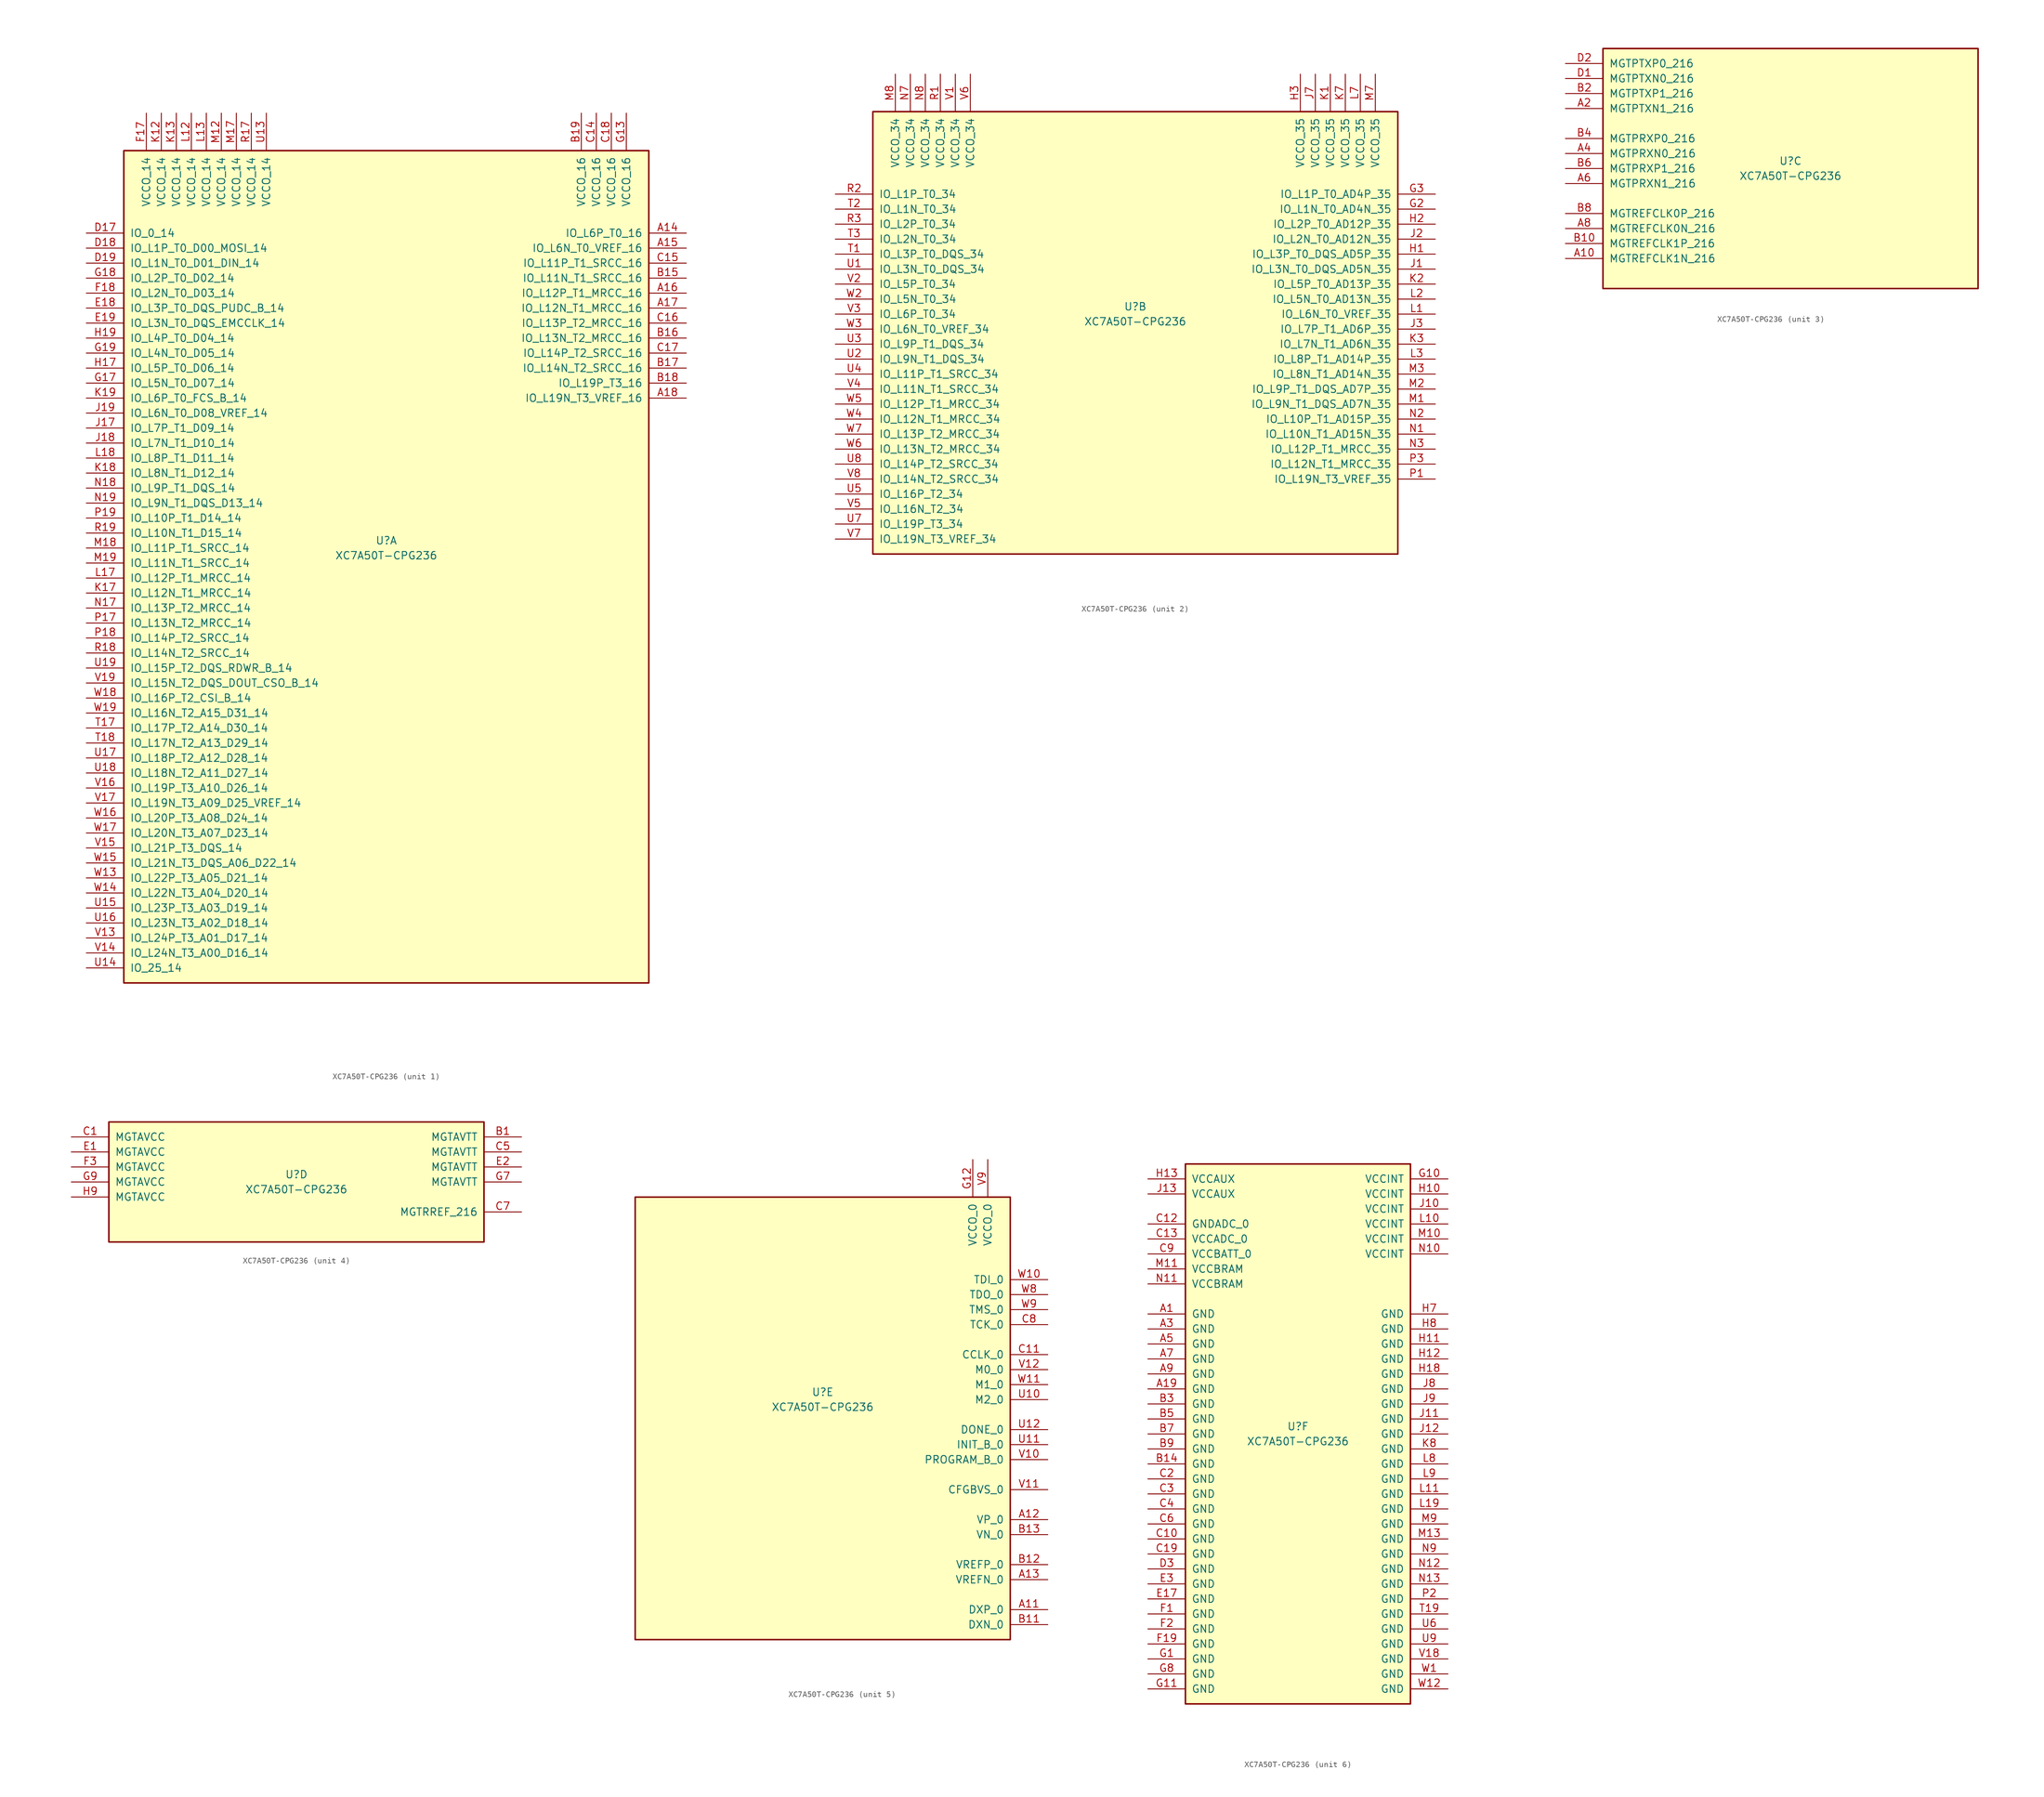
<source format=kicad_sym>
(kicad_symbol_lib
  (version 20241209)
  (generator "kicad_symbol_editor")
  (generator_version "9.0")
  (symbol "XC7A50T-CPG236"
    (pin_names
      (offset 1.016))
    (property "Reference" "U"
      (at 0 1.27 0)
      (effects (font (size 1.27 1.27))))
    (property "Value" "XC7A50T-CPG236"
      (at 0 -1.27 0)
      (effects (font (size 1.27 1.27))))
    (property "Datasheet" ""
      (at 0 0 0)
      (effects (font (size 1.27 1.27))))
    (property "ki_locked" ""
      (at 0 0 0)
      (effects (font (size 1.27 1.27))))
    (symbol "XC7A50T-CPG236_1_1"
      (rectangle (start -44.45 67.31) (end 44.45 -73.66) (stroke (width 0.254) (type default)) (fill (type background)))
      (pin bidirectional line (at -50.8 53.34 0) (length 6.35) (name "IO_0_14" (effects (font (size 1.27 1.27)))) (number "D17" (effects (font (size 1.27 1.27)))))
      (pin bidirectional line (at -50.8 50.8 0) (length 6.35) (name "IO_L1P_T0_D00_MOSI_14" (effects (font (size 1.27 1.27)))) (number "D18" (effects (font (size 1.27 1.27)))))
      (pin bidirectional line (at -50.8 48.26 0) (length 6.35) (name "IO_L1N_T0_D01_DIN_14" (effects (font (size 1.27 1.27)))) (number "D19" (effects (font (size 1.27 1.27)))))
      (pin bidirectional line (at -50.8 45.72 0) (length 6.35) (name "IO_L2P_T0_D02_14" (effects (font (size 1.27 1.27)))) (number "G18" (effects (font (size 1.27 1.27)))))
      (pin bidirectional line (at -50.8 43.18 0) (length 6.35) (name "IO_L2N_T0_D03_14" (effects (font (size 1.27 1.27)))) (number "F18" (effects (font (size 1.27 1.27)))))
      (pin bidirectional line (at -50.8 40.64 0) (length 6.35) (name "IO_L3P_T0_DQS_PUDC_B_14" (effects (font (size 1.27 1.27)))) (number "E18" (effects (font (size 1.27 1.27)))))
      (pin bidirectional line (at -50.8 38.1 0) (length 6.35) (name "IO_L3N_T0_DQS_EMCCLK_14" (effects (font (size 1.27 1.27)))) (number "E19" (effects (font (size 1.27 1.27)))))
      (pin bidirectional line (at -50.8 35.56 0) (length 6.35) (name "IO_L4P_T0_D04_14" (effects (font (size 1.27 1.27)))) (number "H19" (effects (font (size 1.27 1.27)))))
      (pin bidirectional line (at -50.8 33.02 0) (length 6.35) (name "IO_L4N_T0_D05_14" (effects (font (size 1.27 1.27)))) (number "G19" (effects (font (size 1.27 1.27)))))
      (pin bidirectional line (at -50.8 30.48 0) (length 6.35) (name "IO_L5P_T0_D06_14" (effects (font (size 1.27 1.27)))) (number "H17" (effects (font (size 1.27 1.27)))))
      (pin bidirectional line (at -50.8 27.94 0) (length 6.35) (name "IO_L5N_T0_D07_14" (effects (font (size 1.27 1.27)))) (number "G17" (effects (font (size 1.27 1.27)))))
      (pin bidirectional line (at -50.8 25.4 0) (length 6.35) (name "IO_L6P_T0_FCS_B_14" (effects (font (size 1.27 1.27)))) (number "K19" (effects (font (size 1.27 1.27)))))
      (pin bidirectional line (at -50.8 22.86 0) (length 6.35) (name "IO_L6N_T0_D08_VREF_14" (effects (font (size 1.27 1.27)))) (number "J19" (effects (font (size 1.27 1.27)))))
      (pin bidirectional line (at -50.8 20.32 0) (length 6.35) (name "IO_L7P_T1_D09_14" (effects (font (size 1.27 1.27)))) (number "J17" (effects (font (size 1.27 1.27)))))
      (pin bidirectional line (at -50.8 17.78 0) (length 6.35) (name "IO_L7N_T1_D10_14" (effects (font (size 1.27 1.27)))) (number "J18" (effects (font (size 1.27 1.27)))))
      (pin bidirectional line (at -50.8 15.24 0) (length 6.35) (name "IO_L8P_T1_D11_14" (effects (font (size 1.27 1.27)))) (number "L18" (effects (font (size 1.27 1.27)))))
      (pin bidirectional line (at -50.8 12.7 0) (length 6.35) (name "IO_L8N_T1_D12_14" (effects (font (size 1.27 1.27)))) (number "K18" (effects (font (size 1.27 1.27)))))
      (pin bidirectional line (at -50.8 10.16 0) (length 6.35) (name "IO_L9P_T1_DQS_14" (effects (font (size 1.27 1.27)))) (number "N18" (effects (font (size 1.27 1.27)))))
      (pin bidirectional line (at -50.8 7.62 0) (length 6.35) (name "IO_L9N_T1_DQS_D13_14" (effects (font (size 1.27 1.27)))) (number "N19" (effects (font (size 1.27 1.27)))))
      (pin bidirectional line (at -50.8 5.08 0) (length 6.35) (name "IO_L10P_T1_D14_14" (effects (font (size 1.27 1.27)))) (number "P19" (effects (font (size 1.27 1.27)))))
      (pin bidirectional line (at -50.8 2.54 0) (length 6.35) (name "IO_L10N_T1_D15_14" (effects (font (size 1.27 1.27)))) (number "R19" (effects (font (size 1.27 1.27)))))
      (pin bidirectional line (at -50.8 0 0) (length 6.35) (name "IO_L11P_T1_SRCC_14" (effects (font (size 1.27 1.27)))) (number "M18" (effects (font (size 1.27 1.27)))))
      (pin bidirectional line (at -50.8 -2.54 0) (length 6.35) (name "IO_L11N_T1_SRCC_14" (effects (font (size 1.27 1.27)))) (number "M19" (effects (font (size 1.27 1.27)))))
      (pin bidirectional line (at -50.8 -5.08 0) (length 6.35) (name "IO_L12P_T1_MRCC_14" (effects (font (size 1.27 1.27)))) (number "L17" (effects (font (size 1.27 1.27)))))
      (pin bidirectional line (at -50.8 -7.62 0) (length 6.35) (name "IO_L12N_T1_MRCC_14" (effects (font (size 1.27 1.27)))) (number "K17" (effects (font (size 1.27 1.27)))))
      (pin bidirectional line (at -50.8 -10.16 0) (length 6.35) (name "IO_L13P_T2_MRCC_14" (effects (font (size 1.27 1.27)))) (number "N17" (effects (font (size 1.27 1.27)))))
      (pin bidirectional line (at -50.8 -12.7 0) (length 6.35) (name "IO_L13N_T2_MRCC_14" (effects (font (size 1.27 1.27)))) (number "P17" (effects (font (size 1.27 1.27)))))
      (pin bidirectional line (at -50.8 -15.24 0) (length 6.35) (name "IO_L14P_T2_SRCC_14" (effects (font (size 1.27 1.27)))) (number "P18" (effects (font (size 1.27 1.27)))))
      (pin bidirectional line (at -50.8 -17.78 0) (length 6.35) (name "IO_L14N_T2_SRCC_14" (effects (font (size 1.27 1.27)))) (number "R18" (effects (font (size 1.27 1.27)))))
      (pin bidirectional line (at -50.8 -20.32 0) (length 6.35) (name "IO_L15P_T2_DQS_RDWR_B_14" (effects (font (size 1.27 1.27)))) (number "U19" (effects (font (size 1.27 1.27)))))
      (pin bidirectional line (at -50.8 -22.86 0) (length 6.35) (name "IO_L15N_T2_DQS_DOUT_CSO_B_14" (effects (font (size 1.27 1.27)))) (number "V19" (effects (font (size 1.27 1.27)))))
      (pin bidirectional line (at -50.8 -25.4 0) (length 6.35) (name "IO_L16P_T2_CSI_B_14" (effects (font (size 1.27 1.27)))) (number "W18" (effects (font (size 1.27 1.27)))))
      (pin bidirectional line (at -50.8 -27.94 0) (length 6.35) (name "IO_L16N_T2_A15_D31_14" (effects (font (size 1.27 1.27)))) (number "W19" (effects (font (size 1.27 1.27)))))
      (pin bidirectional line (at -50.8 -30.48 0) (length 6.35) (name "IO_L17P_T2_A14_D30_14" (effects (font (size 1.27 1.27)))) (number "T17" (effects (font (size 1.27 1.27)))))
      (pin bidirectional line (at -50.8 -33.02 0) (length 6.35) (name "IO_L17N_T2_A13_D29_14" (effects (font (size 1.27 1.27)))) (number "T18" (effects (font (size 1.27 1.27)))))
      (pin bidirectional line (at -50.8 -35.56 0) (length 6.35) (name "IO_L18P_T2_A12_D28_14" (effects (font (size 1.27 1.27)))) (number "U17" (effects (font (size 1.27 1.27)))))
      (pin bidirectional line (at -50.8 -38.1 0) (length 6.35) (name "IO_L18N_T2_A11_D27_14" (effects (font (size 1.27 1.27)))) (number "U18" (effects (font (size 1.27 1.27)))))
      (pin bidirectional line (at -50.8 -40.64 0) (length 6.35) (name "IO_L19P_T3_A10_D26_14" (effects (font (size 1.27 1.27)))) (number "V16" (effects (font (size 1.27 1.27)))))
      (pin bidirectional line (at -50.8 -43.18 0) (length 6.35) (name "IO_L19N_T3_A09_D25_VREF_14" (effects (font (size 1.27 1.27)))) (number "V17" (effects (font (size 1.27 1.27)))))
      (pin bidirectional line (at -50.8 -45.72 0) (length 6.35) (name "IO_L20P_T3_A08_D24_14" (effects (font (size 1.27 1.27)))) (number "W16" (effects (font (size 1.27 1.27)))))
      (pin bidirectional line (at -50.8 -48.26 0) (length 6.35) (name "IO_L20N_T3_A07_D23_14" (effects (font (size 1.27 1.27)))) (number "W17" (effects (font (size 1.27 1.27)))))
      (pin bidirectional line (at -50.8 -50.8 0) (length 6.35) (name "IO_L21P_T3_DQS_14" (effects (font (size 1.27 1.27)))) (number "V15" (effects (font (size 1.27 1.27)))))
      (pin bidirectional line (at -50.8 -53.34 0) (length 6.35) (name "IO_L21N_T3_DQS_A06_D22_14" (effects (font (size 1.27 1.27)))) (number "W15" (effects (font (size 1.27 1.27)))))
      (pin bidirectional line (at -50.8 -55.88 0) (length 6.35) (name "IO_L22P_T3_A05_D21_14" (effects (font (size 1.27 1.27)))) (number "W13" (effects (font (size 1.27 1.27)))))
      (pin bidirectional line (at -50.8 -58.42 0) (length 6.35) (name "IO_L22N_T3_A04_D20_14" (effects (font (size 1.27 1.27)))) (number "W14" (effects (font (size 1.27 1.27)))))
      (pin bidirectional line (at -50.8 -60.96 0) (length 6.35) (name "IO_L23P_T3_A03_D19_14" (effects (font (size 1.27 1.27)))) (number "U15" (effects (font (size 1.27 1.27)))))
      (pin bidirectional line (at -50.8 -63.5 0) (length 6.35) (name "IO_L23N_T3_A02_D18_14" (effects (font (size 1.27 1.27)))) (number "U16" (effects (font (size 1.27 1.27)))))
      (pin bidirectional line (at -50.8 -66.04 0) (length 6.35) (name "IO_L24P_T3_A01_D17_14" (effects (font (size 1.27 1.27)))) (number "V13" (effects (font (size 1.27 1.27)))))
      (pin bidirectional line (at -50.8 -68.58 0) (length 6.35) (name "IO_L24N_T3_A00_D16_14" (effects (font (size 1.27 1.27)))) (number "V14" (effects (font (size 1.27 1.27)))))
      (pin bidirectional line (at -50.8 -71.12 0) (length 6.35) (name "IO_25_14" (effects (font (size 1.27 1.27)))) (number "U14" (effects (font (size 1.27 1.27)))))
      (pin power_in line (at -40.64 73.66 270) (length 6.35) (name "VCCO_14" (effects (font (size 1.27 1.27)))) (number "F17" (effects (font (size 1.27 1.27)))))
      (pin power_in line (at -38.1 73.66 270) (length 6.35) (name "VCCO_14" (effects (font (size 1.27 1.27)))) (number "K12" (effects (font (size 1.27 1.27)))))
      (pin power_in line (at -35.56 73.66 270) (length 6.35) (name "VCCO_14" (effects (font (size 1.27 1.27)))) (number "K13" (effects (font (size 1.27 1.27)))))
      (pin power_in line (at -33.02 73.66 270) (length 6.35) (name "VCCO_14" (effects (font (size 1.27 1.27)))) (number "L12" (effects (font (size 1.27 1.27)))))
      (pin power_in line (at -30.48 73.66 270) (length 6.35) (name "VCCO_14" (effects (font (size 1.27 1.27)))) (number "L13" (effects (font (size 1.27 1.27)))))
      (pin power_in line (at -27.94 73.66 270) (length 6.35) (name "VCCO_14" (effects (font (size 1.27 1.27)))) (number "M12" (effects (font (size 1.27 1.27)))))
      (pin power_in line (at -25.4 73.66 270) (length 6.35) (name "VCCO_14" (effects (font (size 1.27 1.27)))) (number "M17" (effects (font (size 1.27 1.27)))))
      (pin power_in line (at -22.86 73.66 270) (length 6.35) (name "VCCO_14" (effects (font (size 1.27 1.27)))) (number "R17" (effects (font (size 1.27 1.27)))))
      (pin power_in line (at -20.32 73.66 270) (length 6.35) (name "VCCO_14" (effects (font (size 1.27 1.27)))) (number "U13" (effects (font (size 1.27 1.27)))))
      (pin power_in line (at 33.02 73.66 270) (length 6.35) (name "VCCO_16" (effects (font (size 1.27 1.27)))) (number "B19" (effects (font (size 1.27 1.27)))))
      (pin power_in line (at 35.56 73.66 270) (length 6.35) (name "VCCO_16" (effects (font (size 1.27 1.27)))) (number "C14" (effects (font (size 1.27 1.27)))))
      (pin power_in line (at 38.1 73.66 270) (length 6.35) (name "VCCO_16" (effects (font (size 1.27 1.27)))) (number "C18" (effects (font (size 1.27 1.27)))))
      (pin power_in line (at 40.64 73.66 270) (length 6.35) (name "VCCO_16" (effects (font (size 1.27 1.27)))) (number "G13" (effects (font (size 1.27 1.27)))))
      (pin bidirectional line (at 50.8 53.34 180) (length 6.35) (name "IO_L6P_T0_16" (effects (font (size 1.27 1.27)))) (number "A14" (effects (font (size 1.27 1.27)))))
      (pin bidirectional line (at 50.8 50.8 180) (length 6.35) (name "IO_L6N_T0_VREF_16" (effects (font (size 1.27 1.27)))) (number "A15" (effects (font (size 1.27 1.27)))))
      (pin bidirectional line (at 50.8 48.26 180) (length 6.35) (name "IO_L11P_T1_SRCC_16" (effects (font (size 1.27 1.27)))) (number "C15" (effects (font (size 1.27 1.27)))))
      (pin bidirectional line (at 50.8 45.72 180) (length 6.35) (name "IO_L11N_T1_SRCC_16" (effects (font (size 1.27 1.27)))) (number "B15" (effects (font (size 1.27 1.27)))))
      (pin bidirectional line (at 50.8 43.18 180) (length 6.35) (name "IO_L12P_T1_MRCC_16" (effects (font (size 1.27 1.27)))) (number "A16" (effects (font (size 1.27 1.27)))))
      (pin bidirectional line (at 50.8 40.64 180) (length 6.35) (name "IO_L12N_T1_MRCC_16" (effects (font (size 1.27 1.27)))) (number "A17" (effects (font (size 1.27 1.27)))))
      (pin bidirectional line (at 50.8 38.1 180) (length 6.35) (name "IO_L13P_T2_MRCC_16" (effects (font (size 1.27 1.27)))) (number "C16" (effects (font (size 1.27 1.27)))))
      (pin bidirectional line (at 50.8 35.56 180) (length 6.35) (name "IO_L13N_T2_MRCC_16" (effects (font (size 1.27 1.27)))) (number "B16" (effects (font (size 1.27 1.27)))))
      (pin bidirectional line (at 50.8 33.02 180) (length 6.35) (name "IO_L14P_T2_SRCC_16" (effects (font (size 1.27 1.27)))) (number "C17" (effects (font (size 1.27 1.27)))))
      (pin bidirectional line (at 50.8 30.48 180) (length 6.35) (name "IO_L14N_T2_SRCC_16" (effects (font (size 1.27 1.27)))) (number "B17" (effects (font (size 1.27 1.27)))))
      (pin bidirectional line (at 50.8 27.94 180) (length 6.35) (name "IO_L19P_T3_16" (effects (font (size 1.27 1.27)))) (number "B18" (effects (font (size 1.27 1.27)))))
      (pin bidirectional line (at 50.8 25.4 180) (length 6.35) (name "IO_L19N_T3_VREF_16" (effects (font (size 1.27 1.27)))) (number "A18" (effects (font (size 1.27 1.27))))))
    (symbol "XC7A50T-CPG236_2_1"
      (rectangle (start -44.45 34.29) (end 44.45 -40.64) (stroke (width 0.254) (type default)) (fill (type background)))
      (pin bidirectional line (at -50.8 20.32 0) (length 6.35) (name "IO_L1P_T0_34" (effects (font (size 1.27 1.27)))) (number "R2" (effects (font (size 1.27 1.27)))))
      (pin bidirectional line (at -50.8 17.78 0) (length 6.35) (name "IO_L1N_T0_34" (effects (font (size 1.27 1.27)))) (number "T2" (effects (font (size 1.27 1.27)))))
      (pin bidirectional line (at -50.8 15.24 0) (length 6.35) (name "IO_L2P_T0_34" (effects (font (size 1.27 1.27)))) (number "R3" (effects (font (size 1.27 1.27)))))
      (pin bidirectional line (at -50.8 12.7 0) (length 6.35) (name "IO_L2N_T0_34" (effects (font (size 1.27 1.27)))) (number "T3" (effects (font (size 1.27 1.27)))))
      (pin bidirectional line (at -50.8 10.16 0) (length 6.35) (name "IO_L3P_T0_DQS_34" (effects (font (size 1.27 1.27)))) (number "T1" (effects (font (size 1.27 1.27)))))
      (pin bidirectional line (at -50.8 7.62 0) (length 6.35) (name "IO_L3N_T0_DQS_34" (effects (font (size 1.27 1.27)))) (number "U1" (effects (font (size 1.27 1.27)))))
      (pin bidirectional line (at -50.8 5.08 0) (length 6.35) (name "IO_L5P_T0_34" (effects (font (size 1.27 1.27)))) (number "V2" (effects (font (size 1.27 1.27)))))
      (pin bidirectional line (at -50.8 2.54 0) (length 6.35) (name "IO_L5N_T0_34" (effects (font (size 1.27 1.27)))) (number "W2" (effects (font (size 1.27 1.27)))))
      (pin bidirectional line (at -50.8 0 0) (length 6.35) (name "IO_L6P_T0_34" (effects (font (size 1.27 1.27)))) (number "V3" (effects (font (size 1.27 1.27)))))
      (pin bidirectional line (at -50.8 -2.54 0) (length 6.35) (name "IO_L6N_T0_VREF_34" (effects (font (size 1.27 1.27)))) (number "W3" (effects (font (size 1.27 1.27)))))
      (pin bidirectional line (at -50.8 -5.08 0) (length 6.35) (name "IO_L9P_T1_DQS_34" (effects (font (size 1.27 1.27)))) (number "U3" (effects (font (size 1.27 1.27)))))
      (pin bidirectional line (at -50.8 -7.62 0) (length 6.35) (name "IO_L9N_T1_DQS_34" (effects (font (size 1.27 1.27)))) (number "U2" (effects (font (size 1.27 1.27)))))
      (pin bidirectional line (at -50.8 -10.16 0) (length 6.35) (name "IO_L11P_T1_SRCC_34" (effects (font (size 1.27 1.27)))) (number "U4" (effects (font (size 1.27 1.27)))))
      (pin bidirectional line (at -50.8 -12.7 0) (length 6.35) (name "IO_L11N_T1_SRCC_34" (effects (font (size 1.27 1.27)))) (number "V4" (effects (font (size 1.27 1.27)))))
      (pin bidirectional line (at -50.8 -15.24 0) (length 6.35) (name "IO_L12P_T1_MRCC_34" (effects (font (size 1.27 1.27)))) (number "W5" (effects (font (size 1.27 1.27)))))
      (pin bidirectional line (at -50.8 -17.78 0) (length 6.35) (name "IO_L12N_T1_MRCC_34" (effects (font (size 1.27 1.27)))) (number "W4" (effects (font (size 1.27 1.27)))))
      (pin bidirectional line (at -50.8 -20.32 0) (length 6.35) (name "IO_L13P_T2_MRCC_34" (effects (font (size 1.27 1.27)))) (number "W7" (effects (font (size 1.27 1.27)))))
      (pin bidirectional line (at -50.8 -22.86 0) (length 6.35) (name "IO_L13N_T2_MRCC_34" (effects (font (size 1.27 1.27)))) (number "W6" (effects (font (size 1.27 1.27)))))
      (pin bidirectional line (at -50.8 -25.4 0) (length 6.35) (name "IO_L14P_T2_SRCC_34" (effects (font (size 1.27 1.27)))) (number "U8" (effects (font (size 1.27 1.27)))))
      (pin bidirectional line (at -50.8 -27.94 0) (length 6.35) (name "IO_L14N_T2_SRCC_34" (effects (font (size 1.27 1.27)))) (number "V8" (effects (font (size 1.27 1.27)))))
      (pin bidirectional line (at -50.8 -30.48 0) (length 6.35) (name "IO_L16P_T2_34" (effects (font (size 1.27 1.27)))) (number "U5" (effects (font (size 1.27 1.27)))))
      (pin bidirectional line (at -50.8 -33.02 0) (length 6.35) (name "IO_L16N_T2_34" (effects (font (size 1.27 1.27)))) (number "V5" (effects (font (size 1.27 1.27)))))
      (pin bidirectional line (at -50.8 -35.56 0) (length 6.35) (name "IO_L19P_T3_34" (effects (font (size 1.27 1.27)))) (number "U7" (effects (font (size 1.27 1.27)))))
      (pin bidirectional line (at -50.8 -38.1 0) (length 6.35) (name "IO_L19N_T3_VREF_34" (effects (font (size 1.27 1.27)))) (number "V7" (effects (font (size 1.27 1.27)))))
      (pin power_in line (at -40.64 40.64 270) (length 6.35) (name "VCCO_34" (effects (font (size 1.27 1.27)))) (number "M8" (effects (font (size 1.27 1.27)))))
      (pin power_in line (at -38.1 40.64 270) (length 6.35) (name "VCCO_34" (effects (font (size 1.27 1.27)))) (number "N7" (effects (font (size 1.27 1.27)))))
      (pin power_in line (at -35.56 40.64 270) (length 6.35) (name "VCCO_34" (effects (font (size 1.27 1.27)))) (number "N8" (effects (font (size 1.27 1.27)))))
      (pin power_in line (at -33.02 40.64 270) (length 6.35) (name "VCCO_34" (effects (font (size 1.27 1.27)))) (number "R1" (effects (font (size 1.27 1.27)))))
      (pin power_in line (at -30.48 40.64 270) (length 6.35) (name "VCCO_34" (effects (font (size 1.27 1.27)))) (number "V1" (effects (font (size 1.27 1.27)))))
      (pin power_in line (at -27.94 40.64 270) (length 6.35) (name "VCCO_34" (effects (font (size 1.27 1.27)))) (number "V6" (effects (font (size 1.27 1.27)))))
      (pin power_in line (at 27.94 40.64 270) (length 6.35) (name "VCCO_35" (effects (font (size 1.27 1.27)))) (number "H3" (effects (font (size 1.27 1.27)))))
      (pin power_in line (at 30.48 40.64 270) (length 6.35) (name "VCCO_35" (effects (font (size 1.27 1.27)))) (number "J7" (effects (font (size 1.27 1.27)))))
      (pin power_in line (at 33.02 40.64 270) (length 6.35) (name "VCCO_35" (effects (font (size 1.27 1.27)))) (number "K1" (effects (font (size 1.27 1.27)))))
      (pin power_in line (at 35.56 40.64 270) (length 6.35) (name "VCCO_35" (effects (font (size 1.27 1.27)))) (number "K7" (effects (font (size 1.27 1.27)))))
      (pin power_in line (at 38.1 40.64 270) (length 6.35) (name "VCCO_35" (effects (font (size 1.27 1.27)))) (number "L7" (effects (font (size 1.27 1.27)))))
      (pin power_in line (at 40.64 40.64 270) (length 6.35) (name "VCCO_35" (effects (font (size 1.27 1.27)))) (number "M7" (effects (font (size 1.27 1.27)))))
      (pin bidirectional line (at 50.8 20.32 180) (length 6.35) (name "IO_L1P_T0_AD4P_35" (effects (font (size 1.27 1.27)))) (number "G3" (effects (font (size 1.27 1.27)))))
      (pin bidirectional line (at 50.8 17.78 180) (length 6.35) (name "IO_L1N_T0_AD4N_35" (effects (font (size 1.27 1.27)))) (number "G2" (effects (font (size 1.27 1.27)))))
      (pin bidirectional line (at 50.8 15.24 180) (length 6.35) (name "IO_L2P_T0_AD12P_35" (effects (font (size 1.27 1.27)))) (number "H2" (effects (font (size 1.27 1.27)))))
      (pin bidirectional line (at 50.8 12.7 180) (length 6.35) (name "IO_L2N_T0_AD12N_35" (effects (font (size 1.27 1.27)))) (number "J2" (effects (font (size 1.27 1.27)))))
      (pin bidirectional line (at 50.8 10.16 180) (length 6.35) (name "IO_L3P_T0_DQS_AD5P_35" (effects (font (size 1.27 1.27)))) (number "H1" (effects (font (size 1.27 1.27)))))
      (pin bidirectional line (at 50.8 7.62 180) (length 6.35) (name "IO_L3N_T0_DQS_AD5N_35" (effects (font (size 1.27 1.27)))) (number "J1" (effects (font (size 1.27 1.27)))))
      (pin bidirectional line (at 50.8 5.08 180) (length 6.35) (name "IO_L5P_T0_AD13P_35" (effects (font (size 1.27 1.27)))) (number "K2" (effects (font (size 1.27 1.27)))))
      (pin bidirectional line (at 50.8 2.54 180) (length 6.35) (name "IO_L5N_T0_AD13N_35" (effects (font (size 1.27 1.27)))) (number "L2" (effects (font (size 1.27 1.27)))))
      (pin bidirectional line (at 50.8 0 180) (length 6.35) (name "IO_L6N_T0_VREF_35" (effects (font (size 1.27 1.27)))) (number "L1" (effects (font (size 1.27 1.27)))))
      (pin bidirectional line (at 50.8 -2.54 180) (length 6.35) (name "IO_L7P_T1_AD6P_35" (effects (font (size 1.27 1.27)))) (number "J3" (effects (font (size 1.27 1.27)))))
      (pin bidirectional line (at 50.8 -5.08 180) (length 6.35) (name "IO_L7N_T1_AD6N_35" (effects (font (size 1.27 1.27)))) (number "K3" (effects (font (size 1.27 1.27)))))
      (pin bidirectional line (at 50.8 -7.62 180) (length 6.35) (name "IO_L8P_T1_AD14P_35" (effects (font (size 1.27 1.27)))) (number "L3" (effects (font (size 1.27 1.27)))))
      (pin bidirectional line (at 50.8 -10.16 180) (length 6.35) (name "IO_L8N_T1_AD14N_35" (effects (font (size 1.27 1.27)))) (number "M3" (effects (font (size 1.27 1.27)))))
      (pin bidirectional line (at 50.8 -12.7 180) (length 6.35) (name "IO_L9P_T1_DQS_AD7P_35" (effects (font (size 1.27 1.27)))) (number "M2" (effects (font (size 1.27 1.27)))))
      (pin bidirectional line (at 50.8 -15.24 180) (length 6.35) (name "IO_L9N_T1_DQS_AD7N_35" (effects (font (size 1.27 1.27)))) (number "M1" (effects (font (size 1.27 1.27)))))
      (pin bidirectional line (at 50.8 -17.78 180) (length 6.35) (name "IO_L10P_T1_AD15P_35" (effects (font (size 1.27 1.27)))) (number "N2" (effects (font (size 1.27 1.27)))))
      (pin bidirectional line (at 50.8 -20.32 180) (length 6.35) (name "IO_L10N_T1_AD15N_35" (effects (font (size 1.27 1.27)))) (number "N1" (effects (font (size 1.27 1.27)))))
      (pin bidirectional line (at 50.8 -22.86 180) (length 6.35) (name "IO_L12P_T1_MRCC_35" (effects (font (size 1.27 1.27)))) (number "N3" (effects (font (size 1.27 1.27)))))
      (pin bidirectional line (at 50.8 -25.4 180) (length 6.35) (name "IO_L12N_T1_MRCC_35" (effects (font (size 1.27 1.27)))) (number "P3" (effects (font (size 1.27 1.27)))))
      (pin bidirectional line (at 50.8 -27.94 180) (length 6.35) (name "IO_L19N_T3_VREF_35" (effects (font (size 1.27 1.27)))) (number "P1" (effects (font (size 1.27 1.27))))))
    (symbol "XC7A50T-CPG236_3_1"
      (rectangle (start -31.75 20.32) (end 31.75 -20.32) (stroke (width 0.254) (type default)) (fill (type background)))
      (pin bidirectional line (at -38.1 17.78 0) (length 6.35) (name "MGTPTXP0_216" (effects (font (size 1.27 1.27)))) (number "D2" (effects (font (size 1.27 1.27)))))
      (pin bidirectional line (at -38.1 15.24 0) (length 6.35) (name "MGTPTXN0_216" (effects (font (size 1.27 1.27)))) (number "D1" (effects (font (size 1.27 1.27)))))
      (pin bidirectional line (at -38.1 12.7 0) (length 6.35) (name "MGTPTXP1_216" (effects (font (size 1.27 1.27)))) (number "B2" (effects (font (size 1.27 1.27)))))
      (pin bidirectional line (at -38.1 10.16 0) (length 6.35) (name "MGTPTXN1_216" (effects (font (size 1.27 1.27)))) (number "A2" (effects (font (size 1.27 1.27)))))
      (pin bidirectional line (at -38.1 5.08 0) (length 6.35) (name "MGTPRXP0_216" (effects (font (size 1.27 1.27)))) (number "B4" (effects (font (size 1.27 1.27)))))
      (pin bidirectional line (at -38.1 2.54 0) (length 6.35) (name "MGTPRXN0_216" (effects (font (size 1.27 1.27)))) (number "A4" (effects (font (size 1.27 1.27)))))
      (pin bidirectional line (at -38.1 0 0) (length 6.35) (name "MGTPRXP1_216" (effects (font (size 1.27 1.27)))) (number "B6" (effects (font (size 1.27 1.27)))))
      (pin bidirectional line (at -38.1 -2.54 0) (length 6.35) (name "MGTPRXN1_216" (effects (font (size 1.27 1.27)))) (number "A6" (effects (font (size 1.27 1.27)))))
      (pin bidirectional line (at -38.1 -7.62 0) (length 6.35) (name "MGTREFCLK0P_216" (effects (font (size 1.27 1.27)))) (number "B8" (effects (font (size 1.27 1.27)))))
      (pin bidirectional line (at -38.1 -10.16 0) (length 6.35) (name "MGTREFCLK0N_216" (effects (font (size 1.27 1.27)))) (number "A8" (effects (font (size 1.27 1.27)))))
      (pin bidirectional line (at -38.1 -12.7 0) (length 6.35) (name "MGTREFCLK1P_216" (effects (font (size 1.27 1.27)))) (number "B10" (effects (font (size 1.27 1.27)))))
      (pin bidirectional line (at -38.1 -15.24 0) (length 6.35) (name "MGTREFCLK1N_216" (effects (font (size 1.27 1.27)))) (number "A10" (effects (font (size 1.27 1.27))))))
    (symbol "XC7A50T-CPG236_4_1"
      (rectangle (start -31.75 10.16) (end 31.75 -10.16) (stroke (width 0.254) (type default)) (fill (type background)))
      (pin power_in line (at -38.1 7.62 0) (length 6.35) (name "MGTAVCC" (effects (font (size 1.27 1.27)))) (number "C1" (effects (font (size 1.27 1.27)))))
      (pin power_in line (at -38.1 5.08 0) (length 6.35) (name "MGTAVCC" (effects (font (size 1.27 1.27)))) (number "E1" (effects (font (size 1.27 1.27)))))
      (pin power_in line (at -38.1 2.54 0) (length 6.35) (name "MGTAVCC" (effects (font (size 1.27 1.27)))) (number "F3" (effects (font (size 1.27 1.27)))))
      (pin power_in line (at -38.1 0 0) (length 6.35) (name "MGTAVCC" (effects (font (size 1.27 1.27)))) (number "G9" (effects (font (size 1.27 1.27)))))
      (pin power_in line (at -38.1 -2.54 0) (length 6.35) (name "MGTAVCC" (effects (font (size 1.27 1.27)))) (number "H9" (effects (font (size 1.27 1.27)))))
      (pin power_in line (at 38.1 7.62 180) (length 6.35) (name "MGTAVTT" (effects (font (size 1.27 1.27)))) (number "B1" (effects (font (size 1.27 1.27)))))
      (pin power_in line (at 38.1 5.08 180) (length 6.35) (name "MGTAVTT" (effects (font (size 1.27 1.27)))) (number "C5" (effects (font (size 1.27 1.27)))))
      (pin power_in line (at 38.1 2.54 180) (length 6.35) (name "MGTAVTT" (effects (font (size 1.27 1.27)))) (number "E2" (effects (font (size 1.27 1.27)))))
      (pin power_in line (at 38.1 0 180) (length 6.35) (name "MGTAVTT" (effects (font (size 1.27 1.27)))) (number "G7" (effects (font (size 1.27 1.27)))))
      (pin power_in line (at 38.1 -5.08 180) (length 6.35) (name "MGTRREF_216" (effects (font (size 1.27 1.27)))) (number "C7" (effects (font (size 1.27 1.27))))))
    (symbol "XC7A50T-CPG236_5_1"
      (rectangle (start -31.75 34.29) (end 31.75 -40.64) (stroke (width 0.254) (type default)) (fill (type background)))
      (pin power_in line (at 25.4 40.64 270) (length 6.35) (name "VCCO_0" (effects (font (size 1.27 1.27)))) (number "G12" (effects (font (size 1.27 1.27)))))
      (pin power_in line (at 27.94 40.64 270) (length 6.35) (name "VCCO_0" (effects (font (size 1.27 1.27)))) (number "V9" (effects (font (size 1.27 1.27)))))
      (pin bidirectional line (at 38.1 20.32 180) (length 6.35) (name "TDI_0" (effects (font (size 1.27 1.27)))) (number "W10" (effects (font (size 1.27 1.27)))))
      (pin bidirectional line (at 38.1 17.78 180) (length 6.35) (name "TDO_0" (effects (font (size 1.27 1.27)))) (number "W8" (effects (font (size 1.27 1.27)))))
      (pin bidirectional line (at 38.1 15.24 180) (length 6.35) (name "TMS_0" (effects (font (size 1.27 1.27)))) (number "W9" (effects (font (size 1.27 1.27)))))
      (pin bidirectional line (at 38.1 12.7 180) (length 6.35) (name "TCK_0" (effects (font (size 1.27 1.27)))) (number "C8" (effects (font (size 1.27 1.27)))))
      (pin bidirectional line (at 38.1 7.62 180) (length 6.35) (name "CCLK_0" (effects (font (size 1.27 1.27)))) (number "C11" (effects (font (size 1.27 1.27)))))
      (pin bidirectional line (at 38.1 5.08 180) (length 6.35) (name "M0_0" (effects (font (size 1.27 1.27)))) (number "V12" (effects (font (size 1.27 1.27)))))
      (pin bidirectional line (at 38.1 2.54 180) (length 6.35) (name "M1_0" (effects (font (size 1.27 1.27)))) (number "W11" (effects (font (size 1.27 1.27)))))
      (pin bidirectional line (at 38.1 0 180) (length 6.35) (name "M2_0" (effects (font (size 1.27 1.27)))) (number "U10" (effects (font (size 1.27 1.27)))))
      (pin bidirectional line (at 38.1 -5.08 180) (length 6.35) (name "DONE_0" (effects (font (size 1.27 1.27)))) (number "U12" (effects (font (size 1.27 1.27)))))
      (pin bidirectional line (at 38.1 -7.62 180) (length 6.35) (name "INIT_B_0" (effects (font (size 1.27 1.27)))) (number "U11" (effects (font (size 1.27 1.27)))))
      (pin bidirectional line (at 38.1 -10.16 180) (length 6.35) (name "PROGRAM_B_0" (effects (font (size 1.27 1.27)))) (number "V10" (effects (font (size 1.27 1.27)))))
      (pin bidirectional line (at 38.1 -15.24 180) (length 6.35) (name "CFGBVS_0" (effects (font (size 1.27 1.27)))) (number "V11" (effects (font (size 1.27 1.27)))))
      (pin bidirectional line (at 38.1 -20.32 180) (length 6.35) (name "VP_0" (effects (font (size 1.27 1.27)))) (number "A12" (effects (font (size 1.27 1.27)))))
      (pin bidirectional line (at 38.1 -22.86 180) (length 6.35) (name "VN_0" (effects (font (size 1.27 1.27)))) (number "B13" (effects (font (size 1.27 1.27)))))
      (pin bidirectional line (at 38.1 -27.94 180) (length 6.35) (name "VREFP_0" (effects (font (size 1.27 1.27)))) (number "B12" (effects (font (size 1.27 1.27)))))
      (pin bidirectional line (at 38.1 -30.48 180) (length 6.35) (name "VREFN_0" (effects (font (size 1.27 1.27)))) (number "A13" (effects (font (size 1.27 1.27)))))
      (pin bidirectional line (at 38.1 -35.56 180) (length 6.35) (name "DXP_0" (effects (font (size 1.27 1.27)))) (number "A11" (effects (font (size 1.27 1.27)))))
      (pin bidirectional line (at 38.1 -38.1 180) (length 6.35) (name "DXN_0" (effects (font (size 1.27 1.27)))) (number "B11" (effects (font (size 1.27 1.27))))))
    (symbol "XC7A50T-CPG236_6_1"
      (rectangle (start -19.05 45.72) (end 19.05 -45.72) (stroke (width 0.254) (type default)) (fill (type background)))
      (pin power_in line (at -25.4 43.18 0) (length 6.35) (name "VCCAUX" (effects (font (size 1.27 1.27)))) (number "H13" (effects (font (size 1.27 1.27)))))
      (pin power_in line (at -25.4 40.64 0) (length 6.35) (name "VCCAUX" (effects (font (size 1.27 1.27)))) (number "J13" (effects (font (size 1.27 1.27)))))
      (pin power_in line (at -25.4 35.56 0) (length 6.35) (name "GNDADC_0" (effects (font (size 1.27 1.27)))) (number "C12" (effects (font (size 1.27 1.27)))))
      (pin power_in line (at -25.4 33.02 0) (length 6.35) (name "VCCADC_0" (effects (font (size 1.27 1.27)))) (number "C13" (effects (font (size 1.27 1.27)))))
      (pin power_in line (at -25.4 30.48 0) (length 6.35) (name "VCCBATT_0" (effects (font (size 1.27 1.27)))) (number "C9" (effects (font (size 1.27 1.27)))))
      (pin power_in line (at -25.4 27.94 0) (length 6.35) (name "VCCBRAM" (effects (font (size 1.27 1.27)))) (number "M11" (effects (font (size 1.27 1.27)))))
      (pin power_in line (at -25.4 25.4 0) (length 6.35) (name "VCCBRAM" (effects (font (size 1.27 1.27)))) (number "N11" (effects (font (size 1.27 1.27)))))
      (pin power_in line (at -25.4 20.32 0) (length 6.35) (name "GND" (effects (font (size 1.27 1.27)))) (number "A1" (effects (font (size 1.27 1.27)))))
      (pin power_in line (at -25.4 17.78 0) (length 6.35) (name "GND" (effects (font (size 1.27 1.27)))) (number "A3" (effects (font (size 1.27 1.27)))))
      (pin power_in line (at -25.4 15.24 0) (length 6.35) (name "GND" (effects (font (size 1.27 1.27)))) (number "A5" (effects (font (size 1.27 1.27)))))
      (pin power_in line (at -25.4 12.7 0) (length 6.35) (name "GND" (effects (font (size 1.27 1.27)))) (number "A7" (effects (font (size 1.27 1.27)))))
      (pin power_in line (at -25.4 10.16 0) (length 6.35) (name "GND" (effects (font (size 1.27 1.27)))) (number "A9" (effects (font (size 1.27 1.27)))))
      (pin power_in line (at -25.4 7.62 0) (length 6.35) (name "GND" (effects (font (size 1.27 1.27)))) (number "A19" (effects (font (size 1.27 1.27)))))
      (pin power_in line (at -25.4 5.08 0) (length 6.35) (name "GND" (effects (font (size 1.27 1.27)))) (number "B3" (effects (font (size 1.27 1.27)))))
      (pin power_in line (at -25.4 2.54 0) (length 6.35) (name "GND" (effects (font (size 1.27 1.27)))) (number "B5" (effects (font (size 1.27 1.27)))))
      (pin power_in line (at -25.4 0 0) (length 6.35) (name "GND" (effects (font (size 1.27 1.27)))) (number "B7" (effects (font (size 1.27 1.27)))))
      (pin power_in line (at -25.4 -2.54 0) (length 6.35) (name "GND" (effects (font (size 1.27 1.27)))) (number "B9" (effects (font (size 1.27 1.27)))))
      (pin power_in line (at -25.4 -5.08 0) (length 6.35) (name "GND" (effects (font (size 1.27 1.27)))) (number "B14" (effects (font (size 1.27 1.27)))))
      (pin power_in line (at -25.4 -7.62 0) (length 6.35) (name "GND" (effects (font (size 1.27 1.27)))) (number "C2" (effects (font (size 1.27 1.27)))))
      (pin power_in line (at -25.4 -10.16 0) (length 6.35) (name "GND" (effects (font (size 1.27 1.27)))) (number "C3" (effects (font (size 1.27 1.27)))))
      (pin power_in line (at -25.4 -12.7 0) (length 6.35) (name "GND" (effects (font (size 1.27 1.27)))) (number "C4" (effects (font (size 1.27 1.27)))))
      (pin power_in line (at -25.4 -15.24 0) (length 6.35) (name "GND" (effects (font (size 1.27 1.27)))) (number "C6" (effects (font (size 1.27 1.27)))))
      (pin power_in line (at -25.4 -17.78 0) (length 6.35) (name "GND" (effects (font (size 1.27 1.27)))) (number "C10" (effects (font (size 1.27 1.27)))))
      (pin power_in line (at -25.4 -20.32 0) (length 6.35) (name "GND" (effects (font (size 1.27 1.27)))) (number "C19" (effects (font (size 1.27 1.27)))))
      (pin power_in line (at -25.4 -22.86 0) (length 6.35) (name "GND" (effects (font (size 1.27 1.27)))) (number "D3" (effects (font (size 1.27 1.27)))))
      (pin power_in line (at -25.4 -25.4 0) (length 6.35) (name "GND" (effects (font (size 1.27 1.27)))) (number "E3" (effects (font (size 1.27 1.27)))))
      (pin power_in line (at -25.4 -27.94 0) (length 6.35) (name "GND" (effects (font (size 1.27 1.27)))) (number "E17" (effects (font (size 1.27 1.27)))))
      (pin power_in line (at -25.4 -30.48 0) (length 6.35) (name "GND" (effects (font (size 1.27 1.27)))) (number "F1" (effects (font (size 1.27 1.27)))))
      (pin power_in line (at -25.4 -33.02 0) (length 6.35) (name "GND" (effects (font (size 1.27 1.27)))) (number "F2" (effects (font (size 1.27 1.27)))))
      (pin power_in line (at -25.4 -35.56 0) (length 6.35) (name "GND" (effects (font (size 1.27 1.27)))) (number "F19" (effects (font (size 1.27 1.27)))))
      (pin power_in line (at -25.4 -38.1 0) (length 6.35) (name "GND" (effects (font (size 1.27 1.27)))) (number "G1" (effects (font (size 1.27 1.27)))))
      (pin power_in line (at -25.4 -40.64 0) (length 6.35) (name "GND" (effects (font (size 1.27 1.27)))) (number "G8" (effects (font (size 1.27 1.27)))))
      (pin power_in line (at -25.4 -43.18 0) (length 6.35) (name "GND" (effects (font (size 1.27 1.27)))) (number "G11" (effects (font (size 1.27 1.27)))))
      (pin power_in line (at 25.4 43.18 180) (length 6.35) (name "VCCINT" (effects (font (size 1.27 1.27)))) (number "G10" (effects (font (size 1.27 1.27)))))
      (pin power_in line (at 25.4 40.64 180) (length 6.35) (name "VCCINT" (effects (font (size 1.27 1.27)))) (number "H10" (effects (font (size 1.27 1.27)))))
      (pin power_in line (at 25.4 38.1 180) (length 6.35) (name "VCCINT" (effects (font (size 1.27 1.27)))) (number "J10" (effects (font (size 1.27 1.27)))))
      (pin power_in line (at 25.4 35.56 180) (length 6.35) (name "VCCINT" (effects (font (size 1.27 1.27)))) (number "L10" (effects (font (size 1.27 1.27)))))
      (pin power_in line (at 25.4 33.02 180) (length 6.35) (name "VCCINT" (effects (font (size 1.27 1.27)))) (number "M10" (effects (font (size 1.27 1.27)))))
      (pin power_in line (at 25.4 30.48 180) (length 6.35) (name "VCCINT" (effects (font (size 1.27 1.27)))) (number "N10" (effects (font (size 1.27 1.27)))))
      (pin power_in line (at 25.4 20.32 180) (length 6.35) (name "GND" (effects (font (size 1.27 1.27)))) (number "H7" (effects (font (size 1.27 1.27)))))
      (pin power_in line (at 25.4 17.78 180) (length 6.35) (name "GND" (effects (font (size 1.27 1.27)))) (number "H8" (effects (font (size 1.27 1.27)))))
      (pin power_in line (at 25.4 15.24 180) (length 6.35) (name "GND" (effects (font (size 1.27 1.27)))) (number "H11" (effects (font (size 1.27 1.27)))))
      (pin power_in line (at 25.4 12.7 180) (length 6.35) (name "GND" (effects (font (size 1.27 1.27)))) (number "H12" (effects (font (size 1.27 1.27)))))
      (pin power_in line (at 25.4 10.16 180) (length 6.35) (name "GND" (effects (font (size 1.27 1.27)))) (number "H18" (effects (font (size 1.27 1.27)))))
      (pin power_in line (at 25.4 7.62 180) (length 6.35) (name "GND" (effects (font (size 1.27 1.27)))) (number "J8" (effects (font (size 1.27 1.27)))))
      (pin power_in line (at 25.4 5.08 180) (length 6.35) (name "GND" (effects (font (size 1.27 1.27)))) (number "J9" (effects (font (size 1.27 1.27)))))
      (pin power_in line (at 25.4 2.54 180) (length 6.35) (name "GND" (effects (font (size 1.27 1.27)))) (number "J11" (effects (font (size 1.27 1.27)))))
      (pin power_in line (at 25.4 0 180) (length 6.35) (name "GND" (effects (font (size 1.27 1.27)))) (number "J12" (effects (font (size 1.27 1.27)))))
      (pin power_in line (at 25.4 -2.54 180) (length 6.35) (name "GND" (effects (font (size 1.27 1.27)))) (number "K8" (effects (font (size 1.27 1.27)))))
      (pin power_in line (at 25.4 -5.08 180) (length 6.35) (name "GND" (effects (font (size 1.27 1.27)))) (number "L8" (effects (font (size 1.27 1.27)))))
      (pin power_in line (at 25.4 -7.62 180) (length 6.35) (name "GND" (effects (font (size 1.27 1.27)))) (number "L9" (effects (font (size 1.27 1.27)))))
      (pin power_in line (at 25.4 -10.16 180) (length 6.35) (name "GND" (effects (font (size 1.27 1.27)))) (number "L11" (effects (font (size 1.27 1.27)))))
      (pin power_in line (at 25.4 -12.7 180) (length 6.35) (name "GND" (effects (font (size 1.27 1.27)))) (number "L19" (effects (font (size 1.27 1.27)))))
      (pin power_in line (at 25.4 -15.24 180) (length 6.35) (name "GND" (effects (font (size 1.27 1.27)))) (number "M9" (effects (font (size 1.27 1.27)))))
      (pin power_in line (at 25.4 -17.78 180) (length 6.35) (name "GND" (effects (font (size 1.27 1.27)))) (number "M13" (effects (font (size 1.27 1.27)))))
      (pin power_in line (at 25.4 -20.32 180) (length 6.35) (name "GND" (effects (font (size 1.27 1.27)))) (number "N9" (effects (font (size 1.27 1.27)))))
      (pin power_in line (at 25.4 -22.86 180) (length 6.35) (name "GND" (effects (font (size 1.27 1.27)))) (number "N12" (effects (font (size 1.27 1.27)))))
      (pin power_in line (at 25.4 -25.4 180) (length 6.35) (name "GND" (effects (font (size 1.27 1.27)))) (number "N13" (effects (font (size 1.27 1.27)))))
      (pin power_in line (at 25.4 -27.94 180) (length 6.35) (name "GND" (effects (font (size 1.27 1.27)))) (number "P2" (effects (font (size 1.27 1.27)))))
      (pin power_in line (at 25.4 -30.48 180) (length 6.35) (name "GND" (effects (font (size 1.27 1.27)))) (number "T19" (effects (font (size 1.27 1.27)))))
      (pin power_in line (at 25.4 -33.02 180) (length 6.35) (name "GND" (effects (font (size 1.27 1.27)))) (number "U6" (effects (font (size 1.27 1.27)))))
      (pin power_in line (at 25.4 -35.56 180) (length 6.35) (name "GND" (effects (font (size 1.27 1.27)))) (number "U9" (effects (font (size 1.27 1.27)))))
      (pin power_in line (at 25.4 -38.1 180) (length 6.35) (name "GND" (effects (font (size 1.27 1.27)))) (number "V18" (effects (font (size 1.27 1.27)))))
      (pin power_in line (at 25.4 -40.64 180) (length 6.35) (name "GND" (effects (font (size 1.27 1.27)))) (number "W1" (effects (font (size 1.27 1.27)))))
      (pin power_in line (at 25.4 -43.18 180) (length 6.35) (name "GND" (effects (font (size 1.27 1.27)))) (number "W12" (effects (font (size 1.27 1.27))))))))
</source>
